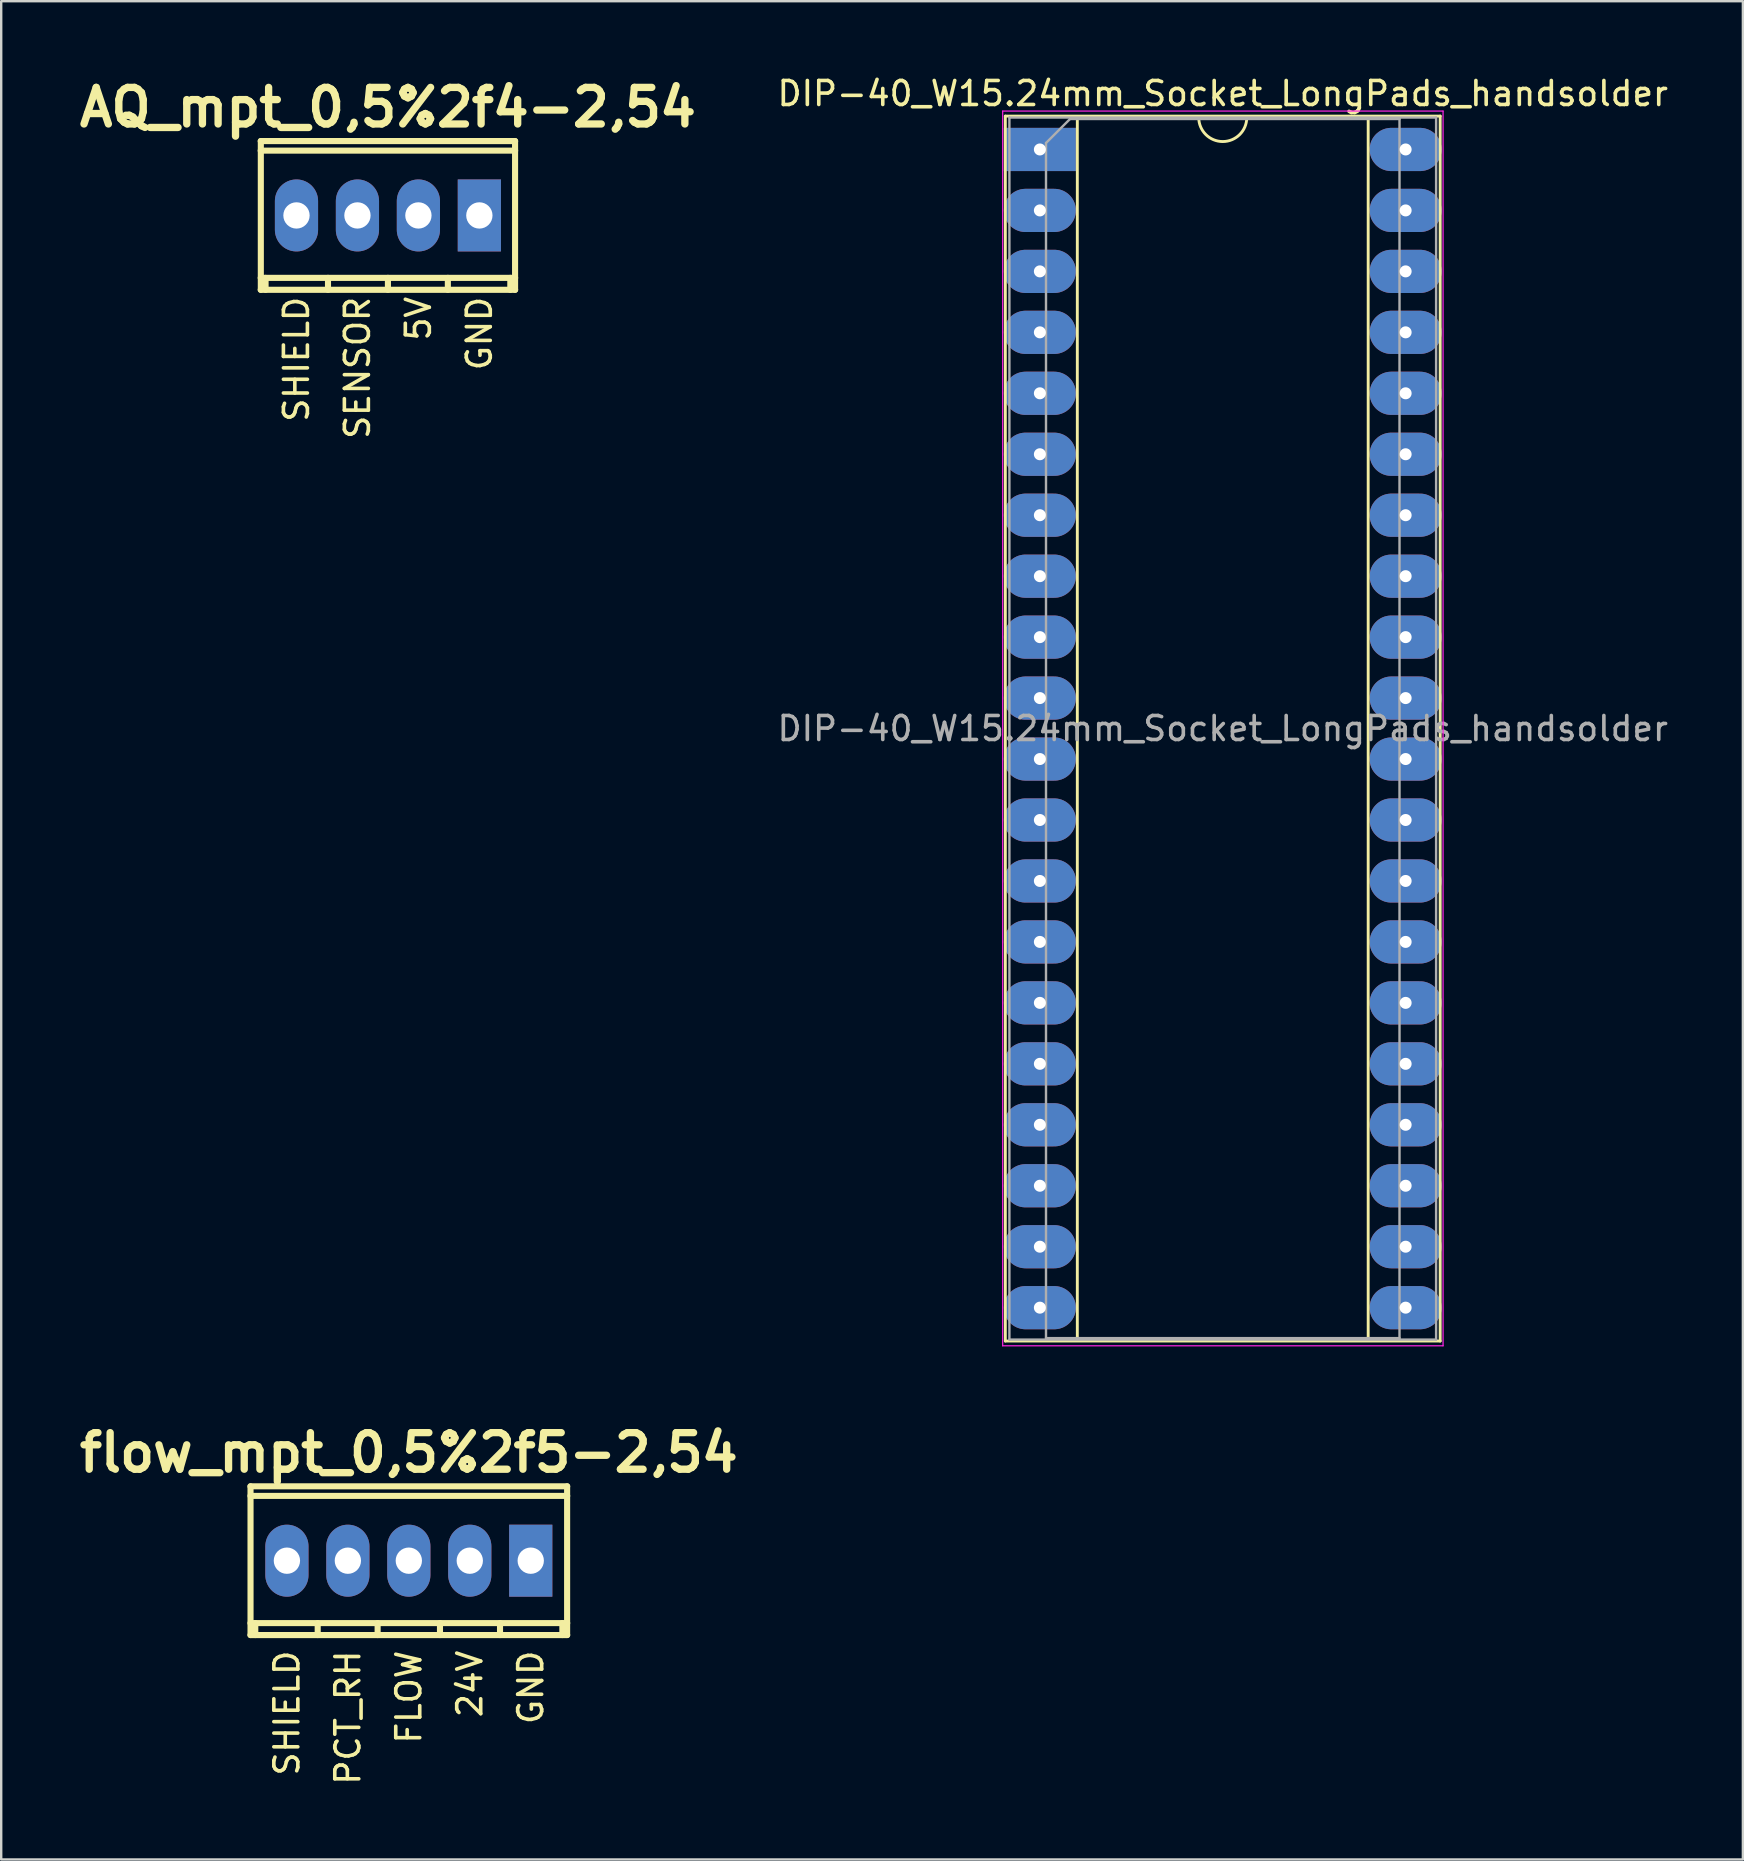
<source format=kicad_pcb>
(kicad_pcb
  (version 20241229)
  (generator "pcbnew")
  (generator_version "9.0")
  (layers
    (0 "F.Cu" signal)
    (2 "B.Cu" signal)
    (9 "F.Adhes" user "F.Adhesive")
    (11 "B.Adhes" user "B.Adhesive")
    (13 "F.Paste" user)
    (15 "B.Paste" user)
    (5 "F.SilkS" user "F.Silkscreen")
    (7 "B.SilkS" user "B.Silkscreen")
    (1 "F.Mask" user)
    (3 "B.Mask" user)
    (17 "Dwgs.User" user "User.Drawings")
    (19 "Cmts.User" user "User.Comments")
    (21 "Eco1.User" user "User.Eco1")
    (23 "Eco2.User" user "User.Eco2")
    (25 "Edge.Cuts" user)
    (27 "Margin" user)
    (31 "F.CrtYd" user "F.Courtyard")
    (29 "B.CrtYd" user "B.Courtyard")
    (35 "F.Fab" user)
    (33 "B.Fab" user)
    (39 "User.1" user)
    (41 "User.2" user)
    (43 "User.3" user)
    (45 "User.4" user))
  (footprint "AQ_mpt_0,5%2f4-2,54"
    (layer "F.Cu")
    (at 13.114 5.927)
    (property "Reference" "AQ_mpt_0,5%2f4-2,54" (at 0 -4.501 0) (layer "F.SilkS") (effects (font (size 1.524 1.524) (thickness 0.305))))
    (attr through_hole)
    (fp_line (start -5.301 -2.7) (end 5.301 -2.7) (stroke (width 0.254) (type solid)) (layer "F.SilkS"))
    (fp_line (start -5.301 2.601) (end 5.301 2.601) (stroke (width 0.254) (type solid)) (layer "F.SilkS"))
    (fp_line (start -5.296 -3.099) (end -5.296 3.099) (stroke (width 0.254) (type solid)) (layer "F.SilkS"))
    (fp_line (start -5.098 3.099) (end -5.098 2.601) (stroke (width 0.254) (type solid)) (layer "F.SilkS"))
    (fp_line (start -2.497 3.099) (end -2.497 2.601) (stroke (width 0.254) (type solid)) (layer "F.SilkS"))
    (fp_line (start 0 2.601) (end 0 3.099) (stroke (width 0.254) (type solid)) (layer "F.SilkS"))
    (fp_line (start 2.497 2.601) (end 2.497 3.099) (stroke (width 0.254) (type solid)) (layer "F.SilkS"))
    (fp_line (start 5.1 2.601) (end 5.1 3.099) (stroke (width 0.254) (type solid)) (layer "F.SilkS"))
    (fp_line (start 5.298 3.099) (end 5.298 -3.099) (stroke (width 0.254) (type solid)) (layer "F.SilkS"))
    (fp_line (start 5.301 -3.099) (end -5.301 -3.099) (stroke (width 0.254) (type solid)) (layer "F.SilkS"))
    (fp_line (start 5.301 3.099) (end -5.301 3.099) (stroke (width 0.254) (type solid)) (layer "F.SilkS"))
    (fp_text user "SENSOR" (at -1.27 6.35 90) (layer "F.SilkS") (effects (font (size 1 1) (thickness 0.15))))
    (fp_text user "5V" (at 1.27 4.302 90) (layer "F.SilkS") (effects (font (size 1 1) (thickness 0.15))))
    (fp_text user "SHIELD" (at -3.81 5.993 90) (layer "F.SilkS") (effects (font (size 1 1) (thickness 0.15))))
    (fp_text user "GND" (at 3.81 4.921 90) (layer "F.SilkS") (effects (font (size 1 1) (thickness 0.15))))
    (pad "1" thru_hole rect (at 3.81 0) (size 1.8 3) (drill 1.097) (layers "*.Cu" "*.Mask"))
    (pad "2" thru_hole oval (at 1.27 0) (size 1.8 3) (drill 1.097) (layers "*.Cu" "*.Mask"))
    (pad "3" thru_hole oval (at -1.27 0) (size 1.8 3) (drill 1.097) (layers "*.Cu" "*.Mask"))
    (pad "4" thru_hole oval (at -3.81 0) (size 1.8 3) (drill 1.097) (layers "*.Cu" "*.Mask")))
  (footprint "DIP-40_W15.24mm_Socket_LongPads_handsolder"
    (layer "F.Cu")
    (at 40.28 3.178)
    (property "Reference" "DIP-40_W15.24mm_Socket_LongPads_handsolder" (at 7.62 -2.33 0) (layer "F.SilkS") (effects (font (size 1 1) (thickness 0.15))))
    (attr through_hole)
    (fp_line (start -1.44 -1.39) (end -1.44 49.65) (stroke (width 0.12) (type solid)) (layer "F.SilkS"))
    (fp_line (start -1.44 49.65) (end 16.68 49.65) (stroke (width 0.12) (type solid)) (layer "F.SilkS"))
    (fp_line (start 1.56 -1.33) (end 1.56 49.59) (stroke (width 0.12) (type solid)) (layer "F.SilkS"))
    (fp_line (start 1.56 49.59) (end 13.68 49.59) (stroke (width 0.12) (type solid)) (layer "F.SilkS"))
    (fp_line (start 6.62 -1.33) (end 1.56 -1.33) (stroke (width 0.12) (type solid)) (layer "F.SilkS"))
    (fp_line (start 13.68 -1.33) (end 8.62 -1.33) (stroke (width 0.12) (type solid)) (layer "F.SilkS"))
    (fp_line (start 13.68 49.59) (end 13.68 -1.33) (stroke (width 0.12) (type solid)) (layer "F.SilkS"))
    (fp_line (start 16.68 -1.39) (end -1.44 -1.39) (stroke (width 0.12) (type solid)) (layer "F.SilkS"))
    (fp_line (start 16.68 49.65) (end 16.68 -1.39) (stroke (width 0.12) (type solid)) (layer "F.SilkS"))
    (fp_arc (start 8.62 -1.33) (mid 7.62 -0.33) (end 6.62 -1.33) (stroke (width 0.12) (type solid)) (layer "F.SilkS"))
    (fp_line (start -1.55 -1.6) (end -1.55 49.85) (stroke (width 0.05) (type solid)) (layer "F.CrtYd"))
    (fp_line (start -1.55 49.85) (end 16.8 49.85) (stroke (width 0.05) (type solid)) (layer "F.CrtYd"))
    (fp_line (start 16.8 -1.6) (end -1.55 -1.6) (stroke (width 0.05) (type solid)) (layer "F.CrtYd"))
    (fp_line (start 16.8 49.85) (end 16.8 -1.6) (stroke (width 0.05) (type solid)) (layer "F.CrtYd"))
    (fp_line (start -1.27 -1.33) (end -1.27 49.59) (stroke (width 0.1) (type solid)) (layer "F.Fab"))
    (fp_line (start -1.27 49.59) (end 16.51 49.59) (stroke (width 0.1) (type solid)) (layer "F.Fab"))
    (fp_line (start 0.255 -0.27) (end 1.255 -1.27) (stroke (width 0.1) (type solid)) (layer "F.Fab"))
    (fp_line (start 0.255 49.53) (end 0.255 -0.27) (stroke (width 0.1) (type solid)) (layer "F.Fab"))
    (fp_line (start 1.255 -1.27) (end 14.985 -1.27) (stroke (width 0.1) (type solid)) (layer "F.Fab"))
    (fp_line (start 14.985 -1.27) (end 14.985 49.53) (stroke (width 0.1) (type solid)) (layer "F.Fab"))
    (fp_line (start 14.985 49.53) (end 0.255 49.53) (stroke (width 0.1) (type solid)) (layer "F.Fab"))
    (fp_line (start 16.51 -1.33) (end -1.27 -1.33) (stroke (width 0.1) (type solid)) (layer "F.Fab"))
    (fp_line (start 16.51 49.59) (end 16.51 -1.33) (stroke (width 0.1) (type solid)) (layer "F.Fab"))
    (fp_text user "${REFERENCE}" (at 7.62 24.13 0) (layer "F.Fab") (effects (font (size 1 1) (thickness 0.15))))
    (pad "1" thru_hole rect (at 0 0) (size 3 1.8) (drill 0.5) (layers "*.Cu" "*.Mask"))
    (pad "2" thru_hole oval (at 0 2.54) (size 3 1.8) (drill 0.5) (layers "*.Cu" "*.Mask"))
    (pad "3" thru_hole oval (at 0 5.08) (size 3 1.8) (drill 0.5) (layers "*.Cu" "*.Mask"))
    (pad "4" thru_hole oval (at 0 7.62) (size 3 1.8) (drill 0.5) (layers "*.Cu" "*.Mask"))
    (pad "5" thru_hole oval (at 0 10.16) (size 3 1.8) (drill 0.5) (layers "*.Cu" "*.Mask"))
    (pad "6" thru_hole oval (at 0 12.7) (size 3 1.8) (drill 0.5) (layers "*.Cu" "*.Mask"))
    (pad "7" thru_hole oval (at 0 15.24) (size 3 1.8) (drill 0.5) (layers "*.Cu" "*.Mask"))
    (pad "8" thru_hole oval (at 0 17.78) (size 3 1.8) (drill 0.5) (layers "*.Cu" "*.Mask"))
    (pad "9" thru_hole oval (at 0 20.32) (size 3 1.8) (drill 0.5) (layers "*.Cu" "*.Mask"))
    (pad "10" thru_hole oval (at 0 22.86) (size 3 1.8) (drill 0.5) (layers "*.Cu" "*.Mask"))
    (pad "11" thru_hole oval (at 0 25.4) (size 3 1.8) (drill 0.5) (layers "*.Cu" "*.Mask"))
    (pad "12" thru_hole oval (at 0 27.94) (size 3 1.8) (drill 0.5) (layers "*.Cu" "*.Mask"))
    (pad "13" thru_hole oval (at 0 30.48) (size 3 1.8) (drill 0.5) (layers "*.Cu" "*.Mask"))
    (pad "14" thru_hole oval (at 0 33.02) (size 3 1.8) (drill 0.5) (layers "*.Cu" "*.Mask"))
    (pad "15" thru_hole oval (at 0 35.56) (size 3 1.8) (drill 0.5) (layers "*.Cu" "*.Mask"))
    (pad "16" thru_hole oval (at 0 38.1) (size 3 1.8) (drill 0.5) (layers "*.Cu" "*.Mask"))
    (pad "17" thru_hole oval (at 0 40.64) (size 3 1.8) (drill 0.5) (layers "*.Cu" "*.Mask"))
    (pad "18" thru_hole oval (at 0 43.18) (size 3 1.8) (drill 0.5) (layers "*.Cu" "*.Mask"))
    (pad "19" thru_hole oval (at 0 45.72) (size 3 1.8) (drill 0.5) (layers "*.Cu" "*.Mask"))
    (pad "20" thru_hole oval (at 0 48.26) (size 3 1.8) (drill 0.5) (layers "*.Cu" "*.Mask"))
    (pad "21" thru_hole oval (at 15.24 48.26) (size 3 1.8) (drill 0.5) (layers "*.Cu" "*.Mask"))
    (pad "22" thru_hole oval (at 15.24 45.72) (size 3 1.8) (drill 0.5) (layers "*.Cu" "*.Mask"))
    (pad "23" thru_hole oval (at 15.24 43.18) (size 3 1.8) (drill 0.5) (layers "*.Cu" "*.Mask"))
    (pad "24" thru_hole oval (at 15.24 40.64) (size 3 1.8) (drill 0.5) (layers "*.Cu" "*.Mask"))
    (pad "25" thru_hole oval (at 15.24 38.1) (size 3 1.8) (drill 0.5) (layers "*.Cu" "*.Mask"))
    (pad "26" thru_hole oval (at 15.24 35.56) (size 3 1.8) (drill 0.5) (layers "*.Cu" "*.Mask"))
    (pad "27" thru_hole oval (at 15.24 33.02) (size 3 1.8) (drill 0.5) (layers "*.Cu" "*.Mask"))
    (pad "28" thru_hole oval (at 15.24 30.48) (size 3 1.8) (drill 0.5) (layers "*.Cu" "*.Mask"))
    (pad "29" thru_hole oval (at 15.24 27.94) (size 3 1.8) (drill 0.5) (layers "*.Cu" "*.Mask"))
    (pad "30" thru_hole oval (at 15.24 25.4) (size 3 1.8) (drill 0.5) (layers "*.Cu" "*.Mask"))
    (pad "31" thru_hole oval (at 15.24 22.86) (size 3 1.8) (drill 0.5) (layers "*.Cu" "*.Mask"))
    (pad "32" thru_hole oval (at 15.24 20.32) (size 3 1.8) (drill 0.5) (layers "*.Cu" "*.Mask"))
    (pad "33" thru_hole oval (at 15.24 17.78) (size 3 1.8) (drill 0.5) (layers "*.Cu" "*.Mask"))
    (pad "34" thru_hole oval (at 15.24 15.24) (size 3 1.8) (drill 0.5) (layers "*.Cu" "*.Mask"))
    (pad "35" thru_hole oval (at 15.24 12.7) (size 3 1.8) (drill 0.5) (layers "*.Cu" "*.Mask"))
    (pad "36" thru_hole oval (at 15.24 10.16) (size 3 1.8) (drill 0.5) (layers "*.Cu" "*.Mask"))
    (pad "37" thru_hole oval (at 15.24 7.62) (size 3 1.8) (drill 0.5) (layers "*.Cu" "*.Mask"))
    (pad "38" thru_hole oval (at 15.24 5.08) (size 3 1.8) (drill 0.5) (layers "*.Cu" "*.Mask"))
    (pad "39" thru_hole oval (at 15.24 2.54) (size 3 1.8) (drill 0.5) (layers "*.Cu" "*.Mask"))
    (pad "40" thru_hole oval (at 15.24 0) (size 3 1.8) (drill 0.5) (layers "*.Cu" "*.Mask")))
  (footprint "flow_mpt_0,5%2f5-2,54"
    (layer "F.Cu")
    (at 13.985 61.981)
    (property "Reference" "flow_mpt_0,5%2f5-2,54" (at 0 -4.501 0) (layer "F.SilkS") (effects (font (size 1.524 1.524) (thickness 0.305))))
    (attr through_hole)
    (fp_line (start -6.599 -2.7) (end 6.599 -2.7) (stroke (width 0.254) (type solid)) (layer "F.SilkS"))
    (fp_line (start -6.599 2.601) (end 6.599 2.601) (stroke (width 0.254) (type solid)) (layer "F.SilkS"))
    (fp_line (start -6.596 -3.099) (end -6.596 3.099) (stroke (width 0.254) (type solid)) (layer "F.SilkS"))
    (fp_line (start -6.398 3.099) (end -6.398 2.601) (stroke (width 0.254) (type solid)) (layer "F.SilkS"))
    (fp_line (start -3.797 3.099) (end -3.797 2.601) (stroke (width 0.254) (type solid)) (layer "F.SilkS"))
    (fp_line (start -1.3 2.601) (end -1.3 3.099) (stroke (width 0.254) (type solid)) (layer "F.SilkS"))
    (fp_line (start 1.298 2.601) (end 1.298 3.099) (stroke (width 0.254) (type solid)) (layer "F.SilkS"))
    (fp_line (start 3.8 2.601) (end 3.8 3.099) (stroke (width 0.254) (type solid)) (layer "F.SilkS"))
    (fp_line (start 6.398 2.601) (end 6.398 3.099) (stroke (width 0.254) (type solid)) (layer "F.SilkS"))
    (fp_line (start 6.596 3.099) (end 6.596 -3.099) (stroke (width 0.254) (type solid)) (layer "F.SilkS"))
    (fp_line (start 6.599 -3.099) (end -6.599 -3.099) (stroke (width 0.254) (type solid)) (layer "F.SilkS"))
    (fp_line (start 6.599 3.099) (end -6.599 3.099) (stroke (width 0.254) (type solid)) (layer "F.SilkS"))
    (fp_text user "24V" (at 2.54 5.136 90) (layer "F.SilkS") (effects (font (size 1 1) (thickness 0.15))))
    (fp_text user "GND" (at 5.08 5.279 90) (layer "F.SilkS") (effects (font (size 1 1) (thickness 0.15))))
    (fp_text user "SHIELD" (at -5.08 6.35 90) (layer "F.SilkS") (effects (font (size 1 1) (thickness 0.15))))
    (fp_text user "PCT_RH" (at -2.54 6.54 90) (layer "F.SilkS") (effects (font (size 1 1) (thickness 0.15))))
    (fp_text user "FLOW" (at 0 5.683 90) (layer "F.SilkS") (effects (font (size 1 1) (thickness 0.15))))
    (pad "1" thru_hole rect (at 5.08 0) (size 1.8 3) (drill 1.097) (layers "*.Cu" "*.Mask"))
    (pad "2" thru_hole oval (at 2.54 0) (size 1.8 3) (drill 1.097) (layers "*.Cu" "*.Mask"))
    (pad "3" thru_hole oval (at 0 0) (size 1.8 3) (drill 1.097) (layers "*.Cu" "*.Mask"))
    (pad "4" thru_hole oval (at -2.54 0) (size 1.8 3) (drill 1.097) (layers "*.Cu" "*.Mask"))
    (pad "5" thru_hole oval (at -5.08 0) (size 1.8 3) (drill 1.097) (layers "*.Cu" "*.Mask")))
  (gr_rect
    (start -3 -3)
    (end 69.573 74.432)
    (stroke (width 0.1) (type default))
    (fill no)
    (layer "Edge.Cuts")))
</source>
